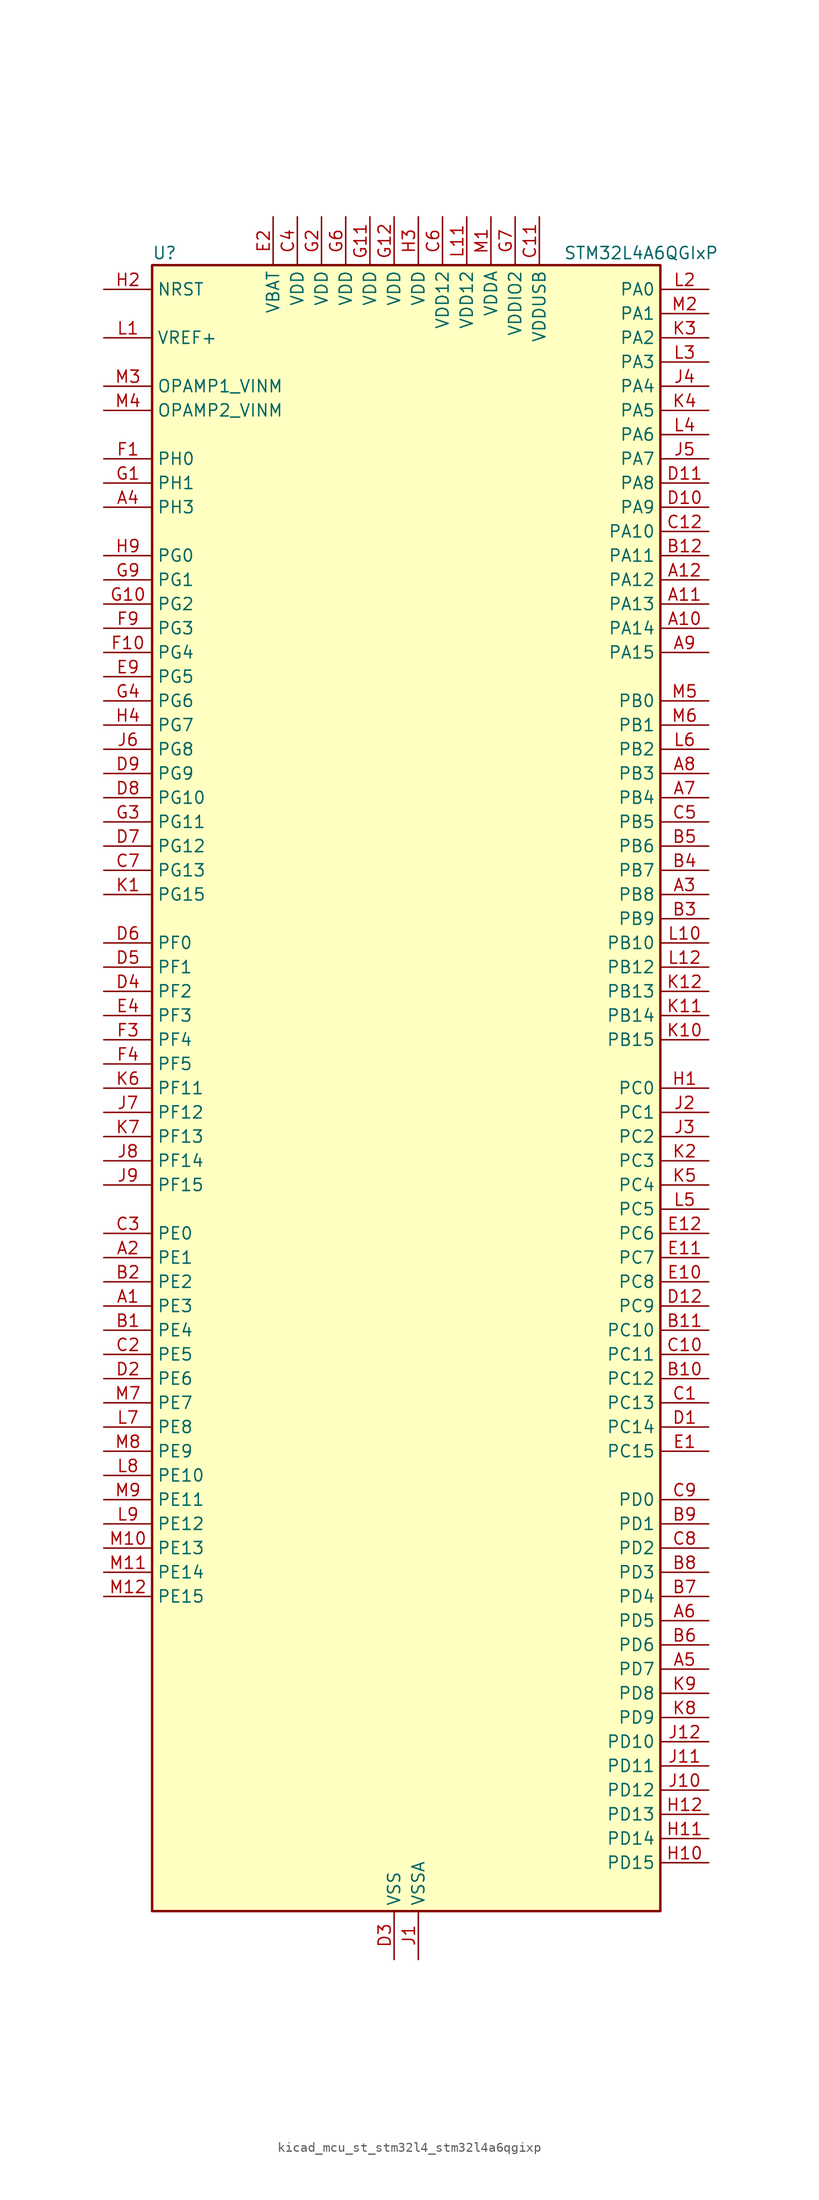
<source format=kicad_sym>
(kicad_symbol_lib
  (version 20220914)
  (generator kicad_symbol_editor)
  (symbol "kicad_mcu_st_stm32l4_stm32l4a6qgixp"
    (property "Reference" "U"
      (at -25.4 87.63 0)
      (effects (font (size 1.27 1.27)) (justify left)))
    (property "Value" "STM32L4A6QGIxP"
      (at 17.78 87.63 0)
      (effects (font (size 1.27 1.27)) (justify left)))
    (property "ki_locked" ""
      (at 0 0 0)
      (effects (font (size 1.27 1.27))))
    (symbol "kicad_mcu_st_stm32l4_stm32l4a6qgixp_0_1"
      (rectangle (start -25.4 -86.36) (end 27.94 86.36) (stroke (width 0.254) (type default)) (fill (type background))))
    (symbol "kicad_mcu_st_stm32l4_stm32l4a6qgixp_1_1"
      (pin bidirectional line (at -30.48 -22.86 0) (length 5.08) (name "PE3" (effects (font (size 1.27 1.27)))) (number "A1" (effects (font (size 1.27 1.27)))) (alternate "FMC_A19" bidirectional line) (alternate "LCD_SEG39" bidirectional line) (alternate "SAI1_SD_B" bidirectional line) (alternate "SYS_TRACED0" bidirectional line) (alternate "TIM3_CH1" bidirectional line) (alternate "TSC_G7_IO2" bidirectional line))
      (pin bidirectional line (at 33.02 48.26 180) (length 5.08) (name "PA14" (effects (font (size 1.27 1.27)))) (number "A10" (effects (font (size 1.27 1.27)))) (alternate "I2C1_SMBA" bidirectional line) (alternate "I2C4_SMBA" bidirectional line) (alternate "LPTIM1_OUT" bidirectional line) (alternate "SAI1_FS_B" bidirectional line) (alternate "SWPMI1_RX" bidirectional line) (alternate "SYS_JTCK-SWCLK" bidirectional line) (alternate "USB_OTG_FS_SOF" bidirectional line))
      (pin bidirectional line (at 33.02 50.8 180) (length 5.08) (name "PA13" (effects (font (size 1.27 1.27)))) (number "A11" (effects (font (size 1.27 1.27)))) (alternate "IR_OUT" bidirectional line) (alternate "SAI1_SD_B" bidirectional line) (alternate "SWPMI1_TX" bidirectional line) (alternate "SYS_JTMS-SWDIO" bidirectional line) (alternate "USB_OTG_FS_NOE" bidirectional line))
      (pin bidirectional line (at 33.02 53.34 180) (length 5.08) (name "PA12" (effects (font (size 1.27 1.27)))) (number "A12" (effects (font (size 1.27 1.27)))) (alternate "CAN1_TX" bidirectional line) (alternate "SPI1_MOSI" bidirectional line) (alternate "TIM1_ETR" bidirectional line) (alternate "USART1_DE" bidirectional line) (alternate "USART1_RTS" bidirectional line) (alternate "USB_OTG_FS_DP" bidirectional line))
      (pin bidirectional line (at -30.48 -17.78 0) (length 5.08) (name "PE1" (effects (font (size 1.27 1.27)))) (number "A2" (effects (font (size 1.27 1.27)))) (alternate "DCMI_D3" bidirectional line) (alternate "FMC_NBL1" bidirectional line) (alternate "LCD_SEG37" bidirectional line) (alternate "TIM17_CH1" bidirectional line))
      (pin bidirectional line (at 33.02 20.32 180) (length 5.08) (name "PB8" (effects (font (size 1.27 1.27)))) (number "A3" (effects (font (size 1.27 1.27)))) (alternate "CAN1_RX" bidirectional line) (alternate "DCMI_D6" bidirectional line) (alternate "DFSDM1_DATIN6" bidirectional line) (alternate "I2C1_SCL" bidirectional line) (alternate "LCD_SEG16" bidirectional line) (alternate "SAI1_MCLK_A" bidirectional line) (alternate "SDMMC1_D4" bidirectional line) (alternate "TIM16_CH1" bidirectional line) (alternate "TIM4_CH3" bidirectional line))
      (pin bidirectional line (at -30.48 60.96 0) (length 5.08) (name "PH3" (effects (font (size 1.27 1.27)))) (number "A4" (effects (font (size 1.27 1.27)))))
      (pin bidirectional line (at 33.02 -60.96 180) (length 5.08) (name "PD7" (effects (font (size 1.27 1.27)))) (number "A5" (effects (font (size 1.27 1.27)))) (alternate "DFSDM1_CKIN1" bidirectional line) (alternate "FMC_NE1" bidirectional line) (alternate "QUADSPI_BK2_IO3" bidirectional line) (alternate "USART2_CK" bidirectional line))
      (pin bidirectional line (at 33.02 -55.88 180) (length 5.08) (name "PD5" (effects (font (size 1.27 1.27)))) (number "A6" (effects (font (size 1.27 1.27)))) (alternate "FMC_NWE" bidirectional line) (alternate "QUADSPI_BK2_IO1" bidirectional line) (alternate "USART2_TX" bidirectional line))
      (pin bidirectional line (at 33.02 30.48 180) (length 5.08) (name "PB4" (effects (font (size 1.27 1.27)))) (number "A7" (effects (font (size 1.27 1.27)))) (alternate "COMP2_INP" bidirectional line) (alternate "DCMI_D12" bidirectional line) (alternate "I2C3_SDA" bidirectional line) (alternate "LCD_SEG8" bidirectional line) (alternate "SAI1_MCLK_B" bidirectional line) (alternate "SPI1_MISO" bidirectional line) (alternate "SPI3_MISO" bidirectional line) (alternate "SYS_JTRST" bidirectional line) (alternate "TIM17_BKIN" bidirectional line) (alternate "TIM3_CH1" bidirectional line) (alternate "TSC_G2_IO1" bidirectional line) (alternate "UART5_DE" bidirectional line) (alternate "UART5_RTS" bidirectional line) (alternate "USART1_CTS" bidirectional line))
      (pin bidirectional line (at 33.02 33.02 180) (length 5.08) (name "PB3" (effects (font (size 1.27 1.27)))) (number "A8" (effects (font (size 1.27 1.27)))) (alternate "COMP2_INM" bidirectional line) (alternate "CRS_SYNC" bidirectional line) (alternate "LCD_SEG7" bidirectional line) (alternate "SAI1_SCK_B" bidirectional line) (alternate "SPI1_SCK" bidirectional line) (alternate "SPI3_SCK" bidirectional line) (alternate "SYS_JTDO-SWO" bidirectional line) (alternate "TIM2_CH2" bidirectional line) (alternate "USART1_DE" bidirectional line) (alternate "USART1_RTS" bidirectional line))
      (pin bidirectional line (at 33.02 45.72 180) (length 5.08) (name "PA15" (effects (font (size 1.27 1.27)))) (number "A9" (effects (font (size 1.27 1.27)))) (alternate "ADC1_EXTI15" bidirectional line) (alternate "ADC2_EXTI15" bidirectional line) (alternate "ADC3_EXTI15" bidirectional line) (alternate "LCD_SEG17" bidirectional line) (alternate "SAI2_FS_B" bidirectional line) (alternate "SPI1_NSS" bidirectional line) (alternate "SPI3_NSS" bidirectional line) (alternate "SWPMI1_SUSPEND" bidirectional line) (alternate "SYS_JTDI" bidirectional line) (alternate "TIM2_CH1" bidirectional line) (alternate "TIM2_ETR" bidirectional line) (alternate "TSC_G3_IO1" bidirectional line) (alternate "UART4_DE" bidirectional line) (alternate "UART4_RTS" bidirectional line) (alternate "USART2_RX" bidirectional line) (alternate "USART3_DE" bidirectional line) (alternate "USART3_RTS" bidirectional line))
      (pin bidirectional line (at -30.48 -25.4 0) (length 5.08) (name "PE4" (effects (font (size 1.27 1.27)))) (number "B1" (effects (font (size 1.27 1.27)))) (alternate "DCMI_D4" bidirectional line) (alternate "DFSDM1_DATIN3" bidirectional line) (alternate "FMC_A20" bidirectional line) (alternate "SAI1_FS_A" bidirectional line) (alternate "SYS_TRACED1" bidirectional line) (alternate "TIM3_CH2" bidirectional line) (alternate "TSC_G7_IO3" bidirectional line))
      (pin bidirectional line (at 33.02 -30.48 180) (length 5.08) (name "PC12" (effects (font (size 1.27 1.27)))) (number "B10" (effects (font (size 1.27 1.27)))) (alternate "DCMI_D9" bidirectional line) (alternate "LCD_COM6" bidirectional line) (alternate "LCD_SEG30" bidirectional line) (alternate "LCD_SEG42" bidirectional line) (alternate "SAI2_SD_B" bidirectional line) (alternate "SDMMC1_CK" bidirectional line) (alternate "SPI3_MOSI" bidirectional line) (alternate "SYS_TRACED3" bidirectional line) (alternate "TSC_G3_IO4" bidirectional line) (alternate "UART5_TX" bidirectional line) (alternate "USART3_CK" bidirectional line))
      (pin bidirectional line (at 33.02 -25.4 180) (length 5.08) (name "PC10" (effects (font (size 1.27 1.27)))) (number "B11" (effects (font (size 1.27 1.27)))) (alternate "DCMI_D8" bidirectional line) (alternate "LCD_COM4" bidirectional line) (alternate "LCD_SEG28" bidirectional line) (alternate "LCD_SEG40" bidirectional line) (alternate "SAI2_SCK_B" bidirectional line) (alternate "SDMMC1_D2" bidirectional line) (alternate "SPI3_SCK" bidirectional line) (alternate "SYS_TRACED1" bidirectional line) (alternate "TSC_G3_IO2" bidirectional line) (alternate "UART4_TX" bidirectional line) (alternate "USART3_TX" bidirectional line))
      (pin bidirectional line (at 33.02 55.88 180) (length 5.08) (name "PA11" (effects (font (size 1.27 1.27)))) (number "B12" (effects (font (size 1.27 1.27)))) (alternate "ADC1_EXTI11" bidirectional line) (alternate "ADC2_EXTI11" bidirectional line) (alternate "ADC3_EXTI11" bidirectional line) (alternate "CAN1_RX" bidirectional line) (alternate "SPI1_MISO" bidirectional line) (alternate "TIM1_BKIN2" bidirectional line) (alternate "TIM1_BKIN2_COMP1" bidirectional line) (alternate "TIM1_CH4" bidirectional line) (alternate "USART1_CTS" bidirectional line) (alternate "USB_OTG_FS_DM" bidirectional line))
      (pin bidirectional line (at -30.48 -20.32 0) (length 5.08) (name "PE2" (effects (font (size 1.27 1.27)))) (number "B2" (effects (font (size 1.27 1.27)))) (alternate "FMC_A23" bidirectional line) (alternate "LCD_SEG38" bidirectional line) (alternate "SAI1_MCLK_A" bidirectional line) (alternate "SYS_TRACECLK" bidirectional line) (alternate "TIM3_ETR" bidirectional line) (alternate "TSC_G7_IO1" bidirectional line))
      (pin bidirectional line (at 33.02 17.78 180) (length 5.08) (name "PB9" (effects (font (size 1.27 1.27)))) (number "B3" (effects (font (size 1.27 1.27)))) (alternate "CAN1_TX" bidirectional line) (alternate "DAC1_EXTI9" bidirectional line) (alternate "DCMI_D7" bidirectional line) (alternate "DFSDM1_CKIN6" bidirectional line) (alternate "I2C1_SDA" bidirectional line) (alternate "IR_OUT" bidirectional line) (alternate "LCD_COM3" bidirectional line) (alternate "SAI1_FS_A" bidirectional line) (alternate "SDMMC1_D5" bidirectional line) (alternate "SPI2_NSS" bidirectional line) (alternate "TIM17_CH1" bidirectional line) (alternate "TIM4_CH4" bidirectional line))
      (pin bidirectional line (at 33.02 22.86 180) (length 5.08) (name "PB7" (effects (font (size 1.27 1.27)))) (number "B4" (effects (font (size 1.27 1.27)))) (alternate "COMP2_INM" bidirectional line) (alternate "DCMI_VSYNC" bidirectional line) (alternate "DFSDM1_CKIN5" bidirectional line) (alternate "FMC_NL" bidirectional line) (alternate "I2C1_SDA" bidirectional line) (alternate "I2C4_SDA" bidirectional line) (alternate "LCD_SEG21" bidirectional line) (alternate "LPTIM1_IN2" bidirectional line) (alternate "SYS_PVD_IN" bidirectional line) (alternate "TIM17_CH1N" bidirectional line) (alternate "TIM4_CH2" bidirectional line) (alternate "TIM8_BKIN" bidirectional line) (alternate "TIM8_BKIN_COMP1" bidirectional line) (alternate "TSC_G2_IO4" bidirectional line) (alternate "UART4_CTS" bidirectional line) (alternate "USART1_RX" bidirectional line))
      (pin bidirectional line (at 33.02 25.4 180) (length 5.08) (name "PB6" (effects (font (size 1.27 1.27)))) (number "B5" (effects (font (size 1.27 1.27)))) (alternate "CAN2_TX" bidirectional line) (alternate "COMP2_INP" bidirectional line) (alternate "DCMI_D5" bidirectional line) (alternate "DFSDM1_DATIN5" bidirectional line) (alternate "I2C1_SCL" bidirectional line) (alternate "I2C4_SCL" bidirectional line) (alternate "LPTIM1_ETR" bidirectional line) (alternate "SAI1_FS_B" bidirectional line) (alternate "TIM16_CH1N" bidirectional line) (alternate "TIM4_CH1" bidirectional line) (alternate "TIM8_BKIN2" bidirectional line) (alternate "TIM8_BKIN2_COMP2" bidirectional line) (alternate "TSC_G2_IO3" bidirectional line) (alternate "USART1_TX" bidirectional line))
      (pin bidirectional line (at 33.02 -58.42 180) (length 5.08) (name "PD6" (effects (font (size 1.27 1.27)))) (number "B6" (effects (font (size 1.27 1.27)))) (alternate "DCMI_D10" bidirectional line) (alternate "DFSDM1_DATIN1" bidirectional line) (alternate "FMC_NWAIT" bidirectional line) (alternate "QUADSPI_BK2_IO1" bidirectional line) (alternate "QUADSPI_BK2_IO2" bidirectional line) (alternate "SAI1_SD_A" bidirectional line) (alternate "USART2_RX" bidirectional line))
      (pin bidirectional line (at 33.02 -53.34 180) (length 5.08) (name "PD4" (effects (font (size 1.27 1.27)))) (number "B7" (effects (font (size 1.27 1.27)))) (alternate "DFSDM1_CKIN0" bidirectional line) (alternate "FMC_NOE" bidirectional line) (alternate "QUADSPI_BK2_IO0" bidirectional line) (alternate "SPI2_MOSI" bidirectional line) (alternate "USART2_DE" bidirectional line) (alternate "USART2_RTS" bidirectional line))
      (pin bidirectional line (at 33.02 -50.8 180) (length 5.08) (name "PD3" (effects (font (size 1.27 1.27)))) (number "B8" (effects (font (size 1.27 1.27)))) (alternate "DCMI_D5" bidirectional line) (alternate "DFSDM1_DATIN0" bidirectional line) (alternate "FMC_CLK" bidirectional line) (alternate "QUADSPI_BK2_NCS" bidirectional line) (alternate "SPI2_MISO" bidirectional line) (alternate "SPI2_SCK" bidirectional line) (alternate "USART2_CTS" bidirectional line))
      (pin bidirectional line (at 33.02 -45.72 180) (length 5.08) (name "PD1" (effects (font (size 1.27 1.27)))) (number "B9" (effects (font (size 1.27 1.27)))) (alternate "CAN1_TX" bidirectional line) (alternate "DFSDM1_CKIN7" bidirectional line) (alternate "FMC_D3" bidirectional line) (alternate "FMC_DA3" bidirectional line) (alternate "SPI2_SCK" bidirectional line))
      (pin bidirectional line (at 33.02 -33.02 180) (length 5.08) (name "PC13" (effects (font (size 1.27 1.27)))) (number "C1" (effects (font (size 1.27 1.27)))) (alternate "RTC_OUT_ALARM" bidirectional line) (alternate "RTC_OUT_CALIB" bidirectional line) (alternate "RTC_TAMP1" bidirectional line) (alternate "RTC_TS" bidirectional line) (alternate "SYS_WKUP2" bidirectional line))
      (pin bidirectional line (at 33.02 -27.94 180) (length 5.08) (name "PC11" (effects (font (size 1.27 1.27)))) (number "C10" (effects (font (size 1.27 1.27)))) (alternate "ADC1_EXTI11" bidirectional line) (alternate "ADC2_EXTI11" bidirectional line) (alternate "ADC3_EXTI11" bidirectional line) (alternate "DCMI_D4" bidirectional line) (alternate "LCD_COM5" bidirectional line) (alternate "LCD_SEG29" bidirectional line) (alternate "LCD_SEG41" bidirectional line) (alternate "QUADSPI_BK2_NCS" bidirectional line) (alternate "SAI2_MCLK_B" bidirectional line) (alternate "SDMMC1_D3" bidirectional line) (alternate "SPI3_MISO" bidirectional line) (alternate "TSC_G3_IO3" bidirectional line) (alternate "UART4_RX" bidirectional line) (alternate "USART3_RX" bidirectional line))
      (pin power_in line (at 15.24 91.44 270) (length 5.08) (name "VDDUSB" (effects (font (size 1.27 1.27)))) (number "C11" (effects (font (size 1.27 1.27)))))
      (pin bidirectional line (at 33.02 58.42 180) (length 5.08) (name "PA10" (effects (font (size 1.27 1.27)))) (number "C12" (effects (font (size 1.27 1.27)))) (alternate "DCMI_D1" bidirectional line) (alternate "LCD_COM2" bidirectional line) (alternate "SAI1_SD_A" bidirectional line) (alternate "TIM17_BKIN" bidirectional line) (alternate "TIM1_CH3" bidirectional line) (alternate "USART1_RX" bidirectional line) (alternate "USB_OTG_FS_ID" bidirectional line))
      (pin bidirectional line (at -30.48 -27.94 0) (length 5.08) (name "PE5" (effects (font (size 1.27 1.27)))) (number "C2" (effects (font (size 1.27 1.27)))) (alternate "DCMI_D6" bidirectional line) (alternate "DFSDM1_CKIN3" bidirectional line) (alternate "FMC_A21" bidirectional line) (alternate "SAI1_SCK_A" bidirectional line) (alternate "SYS_TRACED2" bidirectional line) (alternate "TIM3_CH3" bidirectional line) (alternate "TSC_G7_IO4" bidirectional line))
      (pin bidirectional line (at -30.48 -15.24 0) (length 5.08) (name "PE0" (effects (font (size 1.27 1.27)))) (number "C3" (effects (font (size 1.27 1.27)))) (alternate "DCMI_D2" bidirectional line) (alternate "FMC_NBL0" bidirectional line) (alternate "LCD_SEG36" bidirectional line) (alternate "TIM16_CH1" bidirectional line) (alternate "TIM4_ETR" bidirectional line))
      (pin power_in line (at -10.16 91.44 270) (length 5.08) (name "VDD" (effects (font (size 1.27 1.27)))) (number "C4" (effects (font (size 1.27 1.27)))))
      (pin bidirectional line (at 33.02 27.94 180) (length 5.08) (name "PB5" (effects (font (size 1.27 1.27)))) (number "C5" (effects (font (size 1.27 1.27)))) (alternate "CAN2_RX" bidirectional line) (alternate "COMP2_OUT" bidirectional line) (alternate "DCMI_D10" bidirectional line) (alternate "I2C1_SMBA" bidirectional line) (alternate "LCD_SEG9" bidirectional line) (alternate "LPTIM1_IN1" bidirectional line) (alternate "SAI1_SD_B" bidirectional line) (alternate "SPI1_MOSI" bidirectional line) (alternate "SPI3_MOSI" bidirectional line) (alternate "TIM16_BKIN" bidirectional line) (alternate "TIM3_CH2" bidirectional line) (alternate "TSC_G2_IO2" bidirectional line) (alternate "UART5_CTS" bidirectional line) (alternate "USART1_CK" bidirectional line))
      (pin power_in line (at 5.08 91.44 270) (length 5.08) (name "VDD12" (effects (font (size 1.27 1.27)))) (number "C6" (effects (font (size 1.27 1.27)))))
      (pin bidirectional line (at -30.48 22.86 0) (length 5.08) (name "PG13" (effects (font (size 1.27 1.27)))) (number "C7" (effects (font (size 1.27 1.27)))) (alternate "FMC_A24" bidirectional line) (alternate "I2C1_SDA" bidirectional line) (alternate "USART1_CK" bidirectional line))
      (pin bidirectional line (at 33.02 -48.26 180) (length 5.08) (name "PD2" (effects (font (size 1.27 1.27)))) (number "C8" (effects (font (size 1.27 1.27)))) (alternate "DCMI_D11" bidirectional line) (alternate "LCD_COM7" bidirectional line) (alternate "LCD_SEG31" bidirectional line) (alternate "LCD_SEG43" bidirectional line) (alternate "SDMMC1_CMD" bidirectional line) (alternate "SYS_TRACED2" bidirectional line) (alternate "TIM3_ETR" bidirectional line) (alternate "TSC_SYNC" bidirectional line) (alternate "UART5_RX" bidirectional line) (alternate "USART3_DE" bidirectional line) (alternate "USART3_RTS" bidirectional line))
      (pin bidirectional line (at 33.02 -43.18 180) (length 5.08) (name "PD0" (effects (font (size 1.27 1.27)))) (number "C9" (effects (font (size 1.27 1.27)))) (alternate "CAN1_RX" bidirectional line) (alternate "DFSDM1_DATIN7" bidirectional line) (alternate "FMC_D2" bidirectional line) (alternate "FMC_DA2" bidirectional line) (alternate "SPI2_NSS" bidirectional line))
      (pin bidirectional line (at 33.02 -35.56 180) (length 5.08) (name "PC14" (effects (font (size 1.27 1.27)))) (number "D1" (effects (font (size 1.27 1.27)))) (alternate "RCC_OSC32_IN" bidirectional line))
      (pin bidirectional line (at 33.02 60.96 180) (length 5.08) (name "PA9" (effects (font (size 1.27 1.27)))) (number "D10" (effects (font (size 1.27 1.27)))) (alternate "DAC1_EXTI9" bidirectional line) (alternate "DCMI_D0" bidirectional line) (alternate "LCD_COM1" bidirectional line) (alternate "SAI1_FS_A" bidirectional line) (alternate "SPI2_SCK" bidirectional line) (alternate "TIM15_BKIN" bidirectional line) (alternate "TIM1_CH2" bidirectional line) (alternate "USART1_TX" bidirectional line) (alternate "USB_OTG_FS_VBUS" bidirectional line))
      (pin bidirectional line (at 33.02 63.5 180) (length 5.08) (name "PA8" (effects (font (size 1.27 1.27)))) (number "D11" (effects (font (size 1.27 1.27)))) (alternate "LCD_COM0" bidirectional line) (alternate "LPTIM2_OUT" bidirectional line) (alternate "RCC_MCO" bidirectional line) (alternate "SAI1_SCK_A" bidirectional line) (alternate "SWPMI1_IO" bidirectional line) (alternate "TIM1_CH1" bidirectional line) (alternate "USART1_CK" bidirectional line) (alternate "USB_OTG_FS_SOF" bidirectional line))
      (pin bidirectional line (at 33.02 -22.86 180) (length 5.08) (name "PC9" (effects (font (size 1.27 1.27)))) (number "D12" (effects (font (size 1.27 1.27)))) (alternate "DAC1_EXTI9" bidirectional line) (alternate "DCMI_D3" bidirectional line) (alternate "I2C3_SDA" bidirectional line) (alternate "LCD_SEG27" bidirectional line) (alternate "SAI2_EXTCLK" bidirectional line) (alternate "SDMMC1_D1" bidirectional line) (alternate "TIM3_CH4" bidirectional line) (alternate "TIM8_BKIN2" bidirectional line) (alternate "TIM8_BKIN2_COMP1" bidirectional line) (alternate "TIM8_CH4" bidirectional line) (alternate "TSC_G4_IO4" bidirectional line) (alternate "USB_OTG_FS_NOE" bidirectional line))
      (pin bidirectional line (at -30.48 -30.48 0) (length 5.08) (name "PE6" (effects (font (size 1.27 1.27)))) (number "D2" (effects (font (size 1.27 1.27)))) (alternate "DCMI_D7" bidirectional line) (alternate "FMC_A22" bidirectional line) (alternate "RTC_TAMP3" bidirectional line) (alternate "SAI1_SD_A" bidirectional line) (alternate "SYS_TRACED3" bidirectional line) (alternate "SYS_WKUP3" bidirectional line) (alternate "TIM3_CH4" bidirectional line))
      (pin power_in line (at 0 -91.44 90) (length 5.08) (name "VSS" (effects (font (size 1.27 1.27)))) (number "D3" (effects (font (size 1.27 1.27)))))
      (pin bidirectional line (at -30.48 10.16 0) (length 5.08) (name "PF2" (effects (font (size 1.27 1.27)))) (number "D4" (effects (font (size 1.27 1.27)))) (alternate "FMC_A2" bidirectional line) (alternate "I2C2_SMBA" bidirectional line))
      (pin bidirectional line (at -30.48 12.7 0) (length 5.08) (name "PF1" (effects (font (size 1.27 1.27)))) (number "D5" (effects (font (size 1.27 1.27)))) (alternate "FMC_A1" bidirectional line) (alternate "I2C2_SCL" bidirectional line))
      (pin bidirectional line (at -30.48 15.24 0) (length 5.08) (name "PF0" (effects (font (size 1.27 1.27)))) (number "D6" (effects (font (size 1.27 1.27)))) (alternate "FMC_A0" bidirectional line) (alternate "I2C2_SDA" bidirectional line))
      (pin bidirectional line (at -30.48 25.4 0) (length 5.08) (name "PG12" (effects (font (size 1.27 1.27)))) (number "D7" (effects (font (size 1.27 1.27)))) (alternate "FMC_NE4" bidirectional line) (alternate "LPTIM1_ETR" bidirectional line) (alternate "SAI2_SD_A" bidirectional line) (alternate "SPI3_NSS" bidirectional line) (alternate "USART1_DE" bidirectional line) (alternate "USART1_RTS" bidirectional line))
      (pin bidirectional line (at -30.48 30.48 0) (length 5.08) (name "PG10" (effects (font (size 1.27 1.27)))) (number "D8" (effects (font (size 1.27 1.27)))) (alternate "FMC_NE3" bidirectional line) (alternate "LPTIM1_IN1" bidirectional line) (alternate "SAI2_FS_A" bidirectional line) (alternate "SPI3_MISO" bidirectional line) (alternate "TIM15_CH1" bidirectional line) (alternate "USART1_RX" bidirectional line))
      (pin bidirectional line (at -30.48 33.02 0) (length 5.08) (name "PG9" (effects (font (size 1.27 1.27)))) (number "D9" (effects (font (size 1.27 1.27)))) (alternate "DAC1_EXTI9" bidirectional line) (alternate "FMC_NCE" bidirectional line) (alternate "FMC_NE2" bidirectional line) (alternate "SAI2_SCK_A" bidirectional line) (alternate "SPI3_SCK" bidirectional line) (alternate "TIM15_CH1N" bidirectional line) (alternate "USART1_TX" bidirectional line))
      (pin bidirectional line (at 33.02 -38.1 180) (length 5.08) (name "PC15" (effects (font (size 1.27 1.27)))) (number "E1" (effects (font (size 1.27 1.27)))) (alternate "ADC1_EXTI15" bidirectional line) (alternate "ADC2_EXTI15" bidirectional line) (alternate "ADC3_EXTI15" bidirectional line) (alternate "RCC_OSC32_OUT" bidirectional line))
      (pin bidirectional line (at 33.02 -20.32 180) (length 5.08) (name "PC8" (effects (font (size 1.27 1.27)))) (number "E10" (effects (font (size 1.27 1.27)))) (alternate "DCMI_D2" bidirectional line) (alternate "LCD_SEG26" bidirectional line) (alternate "SDMMC1_D0" bidirectional line) (alternate "TIM3_CH3" bidirectional line) (alternate "TIM8_CH3" bidirectional line) (alternate "TSC_G4_IO3" bidirectional line))
      (pin bidirectional line (at 33.02 -17.78 180) (length 5.08) (name "PC7" (effects (font (size 1.27 1.27)))) (number "E11" (effects (font (size 1.27 1.27)))) (alternate "DCMI_D1" bidirectional line) (alternate "DFSDM1_DATIN3" bidirectional line) (alternate "LCD_SEG25" bidirectional line) (alternate "SAI2_MCLK_B" bidirectional line) (alternate "SDMMC1_D7" bidirectional line) (alternate "TIM3_CH2" bidirectional line) (alternate "TIM8_CH2" bidirectional line) (alternate "TSC_G4_IO2" bidirectional line))
      (pin bidirectional line (at 33.02 -15.24 180) (length 5.08) (name "PC6" (effects (font (size 1.27 1.27)))) (number "E12" (effects (font (size 1.27 1.27)))) (alternate "DCMI_D0" bidirectional line) (alternate "DFSDM1_CKIN3" bidirectional line) (alternate "LCD_SEG24" bidirectional line) (alternate "SAI2_MCLK_A" bidirectional line) (alternate "SDMMC1_D6" bidirectional line) (alternate "TIM3_CH1" bidirectional line) (alternate "TIM8_CH1" bidirectional line) (alternate "TSC_G4_IO1" bidirectional line))
      (pin power_in line (at -12.7 91.44 270) (length 5.08) (name "VBAT" (effects (font (size 1.27 1.27)))) (number "E2" (effects (font (size 1.27 1.27)))))
      (pin passive line (at 0 -91.44 90) (length 5.08) hide (name "VSS" (effects (font (size 1.27 1.27)))) (number "E3" (effects (font (size 1.27 1.27)))))
      (pin bidirectional line (at -30.48 7.62 0) (length 5.08) (name "PF3" (effects (font (size 1.27 1.27)))) (number "E4" (effects (font (size 1.27 1.27)))) (alternate "ADC3_IN6" bidirectional line) (alternate "FMC_A3" bidirectional line))
      (pin bidirectional line (at -30.48 43.18 0) (length 5.08) (name "PG5" (effects (font (size 1.27 1.27)))) (number "E9" (effects (font (size 1.27 1.27)))) (alternate "FMC_A15" bidirectional line) (alternate "LPUART1_CTS" bidirectional line) (alternate "SAI2_SD_B" bidirectional line) (alternate "SPI1_NSS" bidirectional line))
      (pin bidirectional line (at -30.48 66.04 0) (length 5.08) (name "PH0" (effects (font (size 1.27 1.27)))) (number "F1" (effects (font (size 1.27 1.27)))) (alternate "RCC_OSC_IN" bidirectional line))
      (pin bidirectional line (at -30.48 45.72 0) (length 5.08) (name "PG4" (effects (font (size 1.27 1.27)))) (number "F10" (effects (font (size 1.27 1.27)))) (alternate "FMC_A14" bidirectional line) (alternate "SAI2_MCLK_B" bidirectional line) (alternate "SPI1_MOSI" bidirectional line))
      (pin passive line (at 0 -91.44 90) (length 5.08) hide (name "VSS" (effects (font (size 1.27 1.27)))) (number "F11" (effects (font (size 1.27 1.27)))))
      (pin passive line (at 0 -91.44 90) (length 5.08) hide (name "VSS" (effects (font (size 1.27 1.27)))) (number "F12" (effects (font (size 1.27 1.27)))))
      (pin passive line (at 0 -91.44 90) (length 5.08) hide (name "VSS" (effects (font (size 1.27 1.27)))) (number "F2" (effects (font (size 1.27 1.27)))))
      (pin bidirectional line (at -30.48 5.08 0) (length 5.08) (name "PF4" (effects (font (size 1.27 1.27)))) (number "F3" (effects (font (size 1.27 1.27)))) (alternate "ADC3_IN7" bidirectional line) (alternate "FMC_A4" bidirectional line))
      (pin bidirectional line (at -30.48 2.54 0) (length 5.08) (name "PF5" (effects (font (size 1.27 1.27)))) (number "F4" (effects (font (size 1.27 1.27)))) (alternate "ADC3_IN8" bidirectional line) (alternate "FMC_A5" bidirectional line))
      (pin passive line (at 0 -91.44 90) (length 5.08) hide (name "VSS" (effects (font (size 1.27 1.27)))) (number "F6" (effects (font (size 1.27 1.27)))))
      (pin passive line (at 0 -91.44 90) (length 5.08) hide (name "VSS" (effects (font (size 1.27 1.27)))) (number "F7" (effects (font (size 1.27 1.27)))))
      (pin bidirectional line (at -30.48 48.26 0) (length 5.08) (name "PG3" (effects (font (size 1.27 1.27)))) (number "F9" (effects (font (size 1.27 1.27)))) (alternate "FMC_A13" bidirectional line) (alternate "SAI2_FS_B" bidirectional line) (alternate "SPI1_MISO" bidirectional line))
      (pin bidirectional line (at -30.48 63.5 0) (length 5.08) (name "PH1" (effects (font (size 1.27 1.27)))) (number "G1" (effects (font (size 1.27 1.27)))) (alternate "RCC_OSC_OUT" bidirectional line))
      (pin bidirectional line (at -30.48 50.8 0) (length 5.08) (name "PG2" (effects (font (size 1.27 1.27)))) (number "G10" (effects (font (size 1.27 1.27)))) (alternate "FMC_A12" bidirectional line) (alternate "SAI2_SCK_B" bidirectional line) (alternate "SPI1_SCK" bidirectional line))
      (pin power_in line (at -2.54 91.44 270) (length 5.08) (name "VDD" (effects (font (size 1.27 1.27)))) (number "G11" (effects (font (size 1.27 1.27)))))
      (pin power_in line (at 0 91.44 270) (length 5.08) (name "VDD" (effects (font (size 1.27 1.27)))) (number "G12" (effects (font (size 1.27 1.27)))))
      (pin power_in line (at -7.62 91.44 270) (length 5.08) (name "VDD" (effects (font (size 1.27 1.27)))) (number "G2" (effects (font (size 1.27 1.27)))))
      (pin bidirectional line (at -30.48 27.94 0) (length 5.08) (name "PG11" (effects (font (size 1.27 1.27)))) (number "G3" (effects (font (size 1.27 1.27)))) (alternate "ADC1_EXTI11" bidirectional line) (alternate "ADC2_EXTI11" bidirectional line) (alternate "ADC3_EXTI11" bidirectional line) (alternate "LPTIM1_IN2" bidirectional line) (alternate "SAI2_MCLK_A" bidirectional line) (alternate "SPI3_MOSI" bidirectional line) (alternate "TIM15_CH2" bidirectional line) (alternate "USART1_CTS" bidirectional line))
      (pin bidirectional line (at -30.48 40.64 0) (length 5.08) (name "PG6" (effects (font (size 1.27 1.27)))) (number "G4" (effects (font (size 1.27 1.27)))) (alternate "I2C3_SMBA" bidirectional line) (alternate "LPUART1_DE" bidirectional line) (alternate "LPUART1_RTS" bidirectional line))
      (pin power_in line (at -5.08 91.44 270) (length 5.08) (name "VDD" (effects (font (size 1.27 1.27)))) (number "G6" (effects (font (size 1.27 1.27)))))
      (pin power_in line (at 12.7 91.44 270) (length 5.08) (name "VDDIO2" (effects (font (size 1.27 1.27)))) (number "G7" (effects (font (size 1.27 1.27)))))
      (pin bidirectional line (at -30.48 53.34 0) (length 5.08) (name "PG1" (effects (font (size 1.27 1.27)))) (number "G9" (effects (font (size 1.27 1.27)))) (alternate "FMC_A11" bidirectional line) (alternate "TSC_G8_IO4" bidirectional line))
      (pin bidirectional line (at 33.02 0 180) (length 5.08) (name "PC0" (effects (font (size 1.27 1.27)))) (number "H1" (effects (font (size 1.27 1.27)))) (alternate "ADC1_IN1" bidirectional line) (alternate "ADC2_IN1" bidirectional line) (alternate "ADC3_IN1" bidirectional line) (alternate "DFSDM1_DATIN4" bidirectional line) (alternate "I2C3_SCL" bidirectional line) (alternate "I2C4_SCL" bidirectional line) (alternate "LCD_SEG18" bidirectional line) (alternate "LPTIM1_IN1" bidirectional line) (alternate "LPTIM2_IN1" bidirectional line) (alternate "LPUART1_RX" bidirectional line))
      (pin bidirectional line (at 33.02 -81.28 180) (length 5.08) (name "PD15" (effects (font (size 1.27 1.27)))) (number "H10" (effects (font (size 1.27 1.27)))) (alternate "ADC1_EXTI15" bidirectional line) (alternate "ADC2_EXTI15" bidirectional line) (alternate "ADC3_EXTI15" bidirectional line) (alternate "FMC_D1" bidirectional line) (alternate "FMC_DA1" bidirectional line) (alternate "LCD_SEG35" bidirectional line) (alternate "TIM4_CH4" bidirectional line))
      (pin bidirectional line (at 33.02 -78.74 180) (length 5.08) (name "PD14" (effects (font (size 1.27 1.27)))) (number "H11" (effects (font (size 1.27 1.27)))) (alternate "FMC_D0" bidirectional line) (alternate "FMC_DA0" bidirectional line) (alternate "LCD_SEG34" bidirectional line) (alternate "TIM4_CH3" bidirectional line))
      (pin bidirectional line (at 33.02 -76.2 180) (length 5.08) (name "PD13" (effects (font (size 1.27 1.27)))) (number "H12" (effects (font (size 1.27 1.27)))) (alternate "FMC_A18" bidirectional line) (alternate "I2C4_SDA" bidirectional line) (alternate "LCD_SEG33" bidirectional line) (alternate "LPTIM2_OUT" bidirectional line) (alternate "TIM4_CH2" bidirectional line) (alternate "TSC_G6_IO4" bidirectional line))
      (pin input line (at -30.48 83.82 0) (length 5.08) (name "NRST" (effects (font (size 1.27 1.27)))) (number "H2" (effects (font (size 1.27 1.27)))))
      (pin power_in line (at 2.54 91.44 270) (length 5.08) (name "VDD" (effects (font (size 1.27 1.27)))) (number "H3" (effects (font (size 1.27 1.27)))))
      (pin bidirectional line (at -30.48 38.1 0) (length 5.08) (name "PG7" (effects (font (size 1.27 1.27)))) (number "H4" (effects (font (size 1.27 1.27)))) (alternate "FMC_INT" bidirectional line) (alternate "I2C3_SCL" bidirectional line) (alternate "LPUART1_TX" bidirectional line) (alternate "SAI1_MCLK_A" bidirectional line))
      (pin bidirectional line (at -30.48 55.88 0) (length 5.08) (name "PG0" (effects (font (size 1.27 1.27)))) (number "H9" (effects (font (size 1.27 1.27)))) (alternate "FMC_A10" bidirectional line) (alternate "TSC_G8_IO3" bidirectional line))
      (pin power_in line (at 2.54 -91.44 90) (length 5.08) (name "VSSA" (effects (font (size 1.27 1.27)))) (number "J1" (effects (font (size 1.27 1.27)))))
      (pin bidirectional line (at 33.02 -73.66 180) (length 5.08) (name "PD12" (effects (font (size 1.27 1.27)))) (number "J10" (effects (font (size 1.27 1.27)))) (alternate "FMC_A17" bidirectional line) (alternate "FMC_ALE" bidirectional line) (alternate "I2C4_SCL" bidirectional line) (alternate "LCD_SEG32" bidirectional line) (alternate "LPTIM2_IN1" bidirectional line) (alternate "SAI2_FS_A" bidirectional line) (alternate "TIM4_CH1" bidirectional line) (alternate "TSC_G6_IO3" bidirectional line) (alternate "USART3_DE" bidirectional line) (alternate "USART3_RTS" bidirectional line))
      (pin bidirectional line (at 33.02 -71.12 180) (length 5.08) (name "PD11" (effects (font (size 1.27 1.27)))) (number "J11" (effects (font (size 1.27 1.27)))) (alternate "ADC1_EXTI11" bidirectional line) (alternate "ADC2_EXTI11" bidirectional line) (alternate "ADC3_EXTI11" bidirectional line) (alternate "FMC_A16" bidirectional line) (alternate "FMC_CLE" bidirectional line) (alternate "I2C4_SMBA" bidirectional line) (alternate "LCD_SEG31" bidirectional line) (alternate "LPTIM2_ETR" bidirectional line) (alternate "SAI2_SD_A" bidirectional line) (alternate "TSC_G6_IO2" bidirectional line) (alternate "USART3_CTS" bidirectional line))
      (pin bidirectional line (at 33.02 -68.58 180) (length 5.08) (name "PD10" (effects (font (size 1.27 1.27)))) (number "J12" (effects (font (size 1.27 1.27)))) (alternate "FMC_D15" bidirectional line) (alternate "FMC_DA15" bidirectional line) (alternate "LCD_SEG30" bidirectional line) (alternate "SAI2_SCK_A" bidirectional line) (alternate "TSC_G6_IO1" bidirectional line) (alternate "USART3_CK" bidirectional line))
      (pin bidirectional line (at 33.02 -2.54 180) (length 5.08) (name "PC1" (effects (font (size 1.27 1.27)))) (number "J2" (effects (font (size 1.27 1.27)))) (alternate "ADC1_IN2" bidirectional line) (alternate "ADC2_IN2" bidirectional line) (alternate "ADC3_IN2" bidirectional line) (alternate "DFSDM1_CKIN4" bidirectional line) (alternate "I2C3_SDA" bidirectional line) (alternate "I2C4_SDA" bidirectional line) (alternate "LCD_SEG19" bidirectional line) (alternate "LPTIM1_OUT" bidirectional line) (alternate "LPUART1_TX" bidirectional line) (alternate "QUADSPI_BK2_IO0" bidirectional line) (alternate "SAI1_SD_A" bidirectional line) (alternate "SPI2_MOSI" bidirectional line) (alternate "SYS_TRACED0" bidirectional line))
      (pin bidirectional line (at 33.02 -5.08 180) (length 5.08) (name "PC2" (effects (font (size 1.27 1.27)))) (number "J3" (effects (font (size 1.27 1.27)))) (alternate "ADC1_IN3" bidirectional line) (alternate "ADC2_IN3" bidirectional line) (alternate "ADC3_IN3" bidirectional line) (alternate "DFSDM1_CKOUT" bidirectional line) (alternate "LCD_SEG20" bidirectional line) (alternate "LPTIM1_IN2" bidirectional line) (alternate "QUADSPI_BK2_IO1" bidirectional line) (alternate "SPI2_MISO" bidirectional line))
      (pin bidirectional line (at 33.02 73.66 180) (length 5.08) (name "PA4" (effects (font (size 1.27 1.27)))) (number "J4" (effects (font (size 1.27 1.27)))) (alternate "ADC1_IN9" bidirectional line) (alternate "ADC2_IN9" bidirectional line) (alternate "DAC1_OUT1" bidirectional line) (alternate "DCMI_HSYNC" bidirectional line) (alternate "LPTIM2_OUT" bidirectional line) (alternate "SAI1_FS_B" bidirectional line) (alternate "SPI1_NSS" bidirectional line) (alternate "SPI3_NSS" bidirectional line) (alternate "USART2_CK" bidirectional line))
      (pin bidirectional line (at 33.02 66.04 180) (length 5.08) (name "PA7" (effects (font (size 1.27 1.27)))) (number "J5" (effects (font (size 1.27 1.27)))) (alternate "ADC1_IN12" bidirectional line) (alternate "ADC2_IN12" bidirectional line) (alternate "I2C3_SCL" bidirectional line) (alternate "LCD_SEG4" bidirectional line) (alternate "QUADSPI_BK1_IO2" bidirectional line) (alternate "SPI1_MOSI" bidirectional line) (alternate "TIM17_CH1" bidirectional line) (alternate "TIM1_CH1N" bidirectional line) (alternate "TIM3_CH2" bidirectional line) (alternate "TIM8_CH1N" bidirectional line))
      (pin bidirectional line (at -30.48 35.56 0) (length 5.08) (name "PG8" (effects (font (size 1.27 1.27)))) (number "J6" (effects (font (size 1.27 1.27)))) (alternate "I2C3_SDA" bidirectional line) (alternate "LPUART1_RX" bidirectional line))
      (pin bidirectional line (at -30.48 -2.54 0) (length 5.08) (name "PF12" (effects (font (size 1.27 1.27)))) (number "J7" (effects (font (size 1.27 1.27)))) (alternate "FMC_A6" bidirectional line))
      (pin bidirectional line (at -30.48 -7.62 0) (length 5.08) (name "PF14" (effects (font (size 1.27 1.27)))) (number "J8" (effects (font (size 1.27 1.27)))) (alternate "DFSDM1_CKIN6" bidirectional line) (alternate "FMC_A8" bidirectional line) (alternate "I2C4_SCL" bidirectional line) (alternate "TSC_G8_IO1" bidirectional line))
      (pin bidirectional line (at -30.48 -10.16 0) (length 5.08) (name "PF15" (effects (font (size 1.27 1.27)))) (number "J9" (effects (font (size 1.27 1.27)))) (alternate "ADC1_EXTI15" bidirectional line) (alternate "ADC2_EXTI15" bidirectional line) (alternate "ADC3_EXTI15" bidirectional line) (alternate "FMC_A9" bidirectional line) (alternate "I2C4_SDA" bidirectional line) (alternate "TSC_G8_IO2" bidirectional line))
      (pin bidirectional line (at -30.48 20.32 0) (length 5.08) (name "PG15" (effects (font (size 1.27 1.27)))) (number "K1" (effects (font (size 1.27 1.27)))) (alternate "ADC1_EXTI15" bidirectional line) (alternate "ADC2_EXTI15" bidirectional line) (alternate "ADC3_EXTI15" bidirectional line) (alternate "DCMI_D13" bidirectional line) (alternate "I2C1_SMBA" bidirectional line) (alternate "LPTIM1_OUT" bidirectional line))
      (pin bidirectional line (at 33.02 5.08 180) (length 5.08) (name "PB15" (effects (font (size 1.27 1.27)))) (number "K10" (effects (font (size 1.27 1.27)))) (alternate "ADC1_EXTI15" bidirectional line) (alternate "ADC2_EXTI15" bidirectional line) (alternate "ADC3_EXTI15" bidirectional line) (alternate "DFSDM1_CKIN2" bidirectional line) (alternate "LCD_SEG15" bidirectional line) (alternate "RTC_REFIN" bidirectional line) (alternate "SAI2_SD_A" bidirectional line) (alternate "SPI2_MOSI" bidirectional line) (alternate "SWPMI1_SUSPEND" bidirectional line) (alternate "TIM15_CH2" bidirectional line) (alternate "TIM1_CH3N" bidirectional line) (alternate "TIM8_CH3N" bidirectional line) (alternate "TSC_G1_IO4" bidirectional line))
      (pin bidirectional line (at 33.02 7.62 180) (length 5.08) (name "PB14" (effects (font (size 1.27 1.27)))) (number "K11" (effects (font (size 1.27 1.27)))) (alternate "DFSDM1_DATIN2" bidirectional line) (alternate "I2C2_SDA" bidirectional line) (alternate "LCD_SEG14" bidirectional line) (alternate "SAI2_MCLK_A" bidirectional line) (alternate "SPI2_MISO" bidirectional line) (alternate "SWPMI1_RX" bidirectional line) (alternate "TIM15_CH1" bidirectional line) (alternate "TIM1_CH2N" bidirectional line) (alternate "TIM8_CH2N" bidirectional line) (alternate "TSC_G1_IO3" bidirectional line) (alternate "USART3_DE" bidirectional line) (alternate "USART3_RTS" bidirectional line))
      (pin bidirectional line (at 33.02 10.16 180) (length 5.08) (name "PB13" (effects (font (size 1.27 1.27)))) (number "K12" (effects (font (size 1.27 1.27)))) (alternate "CAN2_TX" bidirectional line) (alternate "DFSDM1_CKIN1" bidirectional line) (alternate "I2C2_SCL" bidirectional line) (alternate "LCD_SEG13" bidirectional line) (alternate "LPUART1_CTS" bidirectional line) (alternate "SAI2_SCK_A" bidirectional line) (alternate "SPI2_SCK" bidirectional line) (alternate "SWPMI1_TX" bidirectional line) (alternate "TIM15_CH1N" bidirectional line) (alternate "TIM1_CH1N" bidirectional line) (alternate "TSC_G1_IO2" bidirectional line) (alternate "USART3_CTS" bidirectional line))
      (pin bidirectional line (at 33.02 -7.62 180) (length 5.08) (name "PC3" (effects (font (size 1.27 1.27)))) (number "K2" (effects (font (size 1.27 1.27)))) (alternate "ADC1_IN4" bidirectional line) (alternate "ADC2_IN4" bidirectional line) (alternate "ADC3_IN4" bidirectional line) (alternate "LCD_VLCD" bidirectional line) (alternate "LPTIM1_ETR" bidirectional line) (alternate "LPTIM2_ETR" bidirectional line) (alternate "QUADSPI_BK2_IO2" bidirectional line) (alternate "SAI1_SD_A" bidirectional line) (alternate "SPI2_MOSI" bidirectional line))
      (pin bidirectional line (at 33.02 78.74 180) (length 5.08) (name "PA2" (effects (font (size 1.27 1.27)))) (number "K3" (effects (font (size 1.27 1.27)))) (alternate "ADC1_IN7" bidirectional line) (alternate "ADC2_IN7" bidirectional line) (alternate "LCD_SEG1" bidirectional line) (alternate "LPUART1_TX" bidirectional line) (alternate "QUADSPI_BK1_NCS" bidirectional line) (alternate "RCC_LSCO" bidirectional line) (alternate "SAI2_EXTCLK" bidirectional line) (alternate "SYS_WKUP4" bidirectional line) (alternate "TIM15_CH1" bidirectional line) (alternate "TIM2_CH3" bidirectional line) (alternate "TIM5_CH3" bidirectional line) (alternate "USART2_TX" bidirectional line))
      (pin bidirectional line (at 33.02 71.12 180) (length 5.08) (name "PA5" (effects (font (size 1.27 1.27)))) (number "K4" (effects (font (size 1.27 1.27)))) (alternate "ADC1_IN10" bidirectional line) (alternate "ADC2_IN10" bidirectional line) (alternate "DAC1_OUT2" bidirectional line) (alternate "LPTIM2_ETR" bidirectional line) (alternate "SPI1_SCK" bidirectional line) (alternate "TIM2_CH1" bidirectional line) (alternate "TIM2_ETR" bidirectional line) (alternate "TIM8_CH1N" bidirectional line))
      (pin bidirectional line (at 33.02 -10.16 180) (length 5.08) (name "PC4" (effects (font (size 1.27 1.27)))) (number "K5" (effects (font (size 1.27 1.27)))) (alternate "ADC1_IN13" bidirectional line) (alternate "ADC2_IN13" bidirectional line) (alternate "COMP1_INM" bidirectional line) (alternate "LCD_SEG22" bidirectional line) (alternate "QUADSPI_BK2_IO3" bidirectional line) (alternate "USART3_TX" bidirectional line))
      (pin bidirectional line (at -30.48 0 0) (length 5.08) (name "PF11" (effects (font (size 1.27 1.27)))) (number "K6" (effects (font (size 1.27 1.27)))) (alternate "ADC1_EXTI11" bidirectional line) (alternate "ADC2_EXTI11" bidirectional line) (alternate "ADC3_EXTI11" bidirectional line) (alternate "DCMI_D12" bidirectional line))
      (pin bidirectional line (at -30.48 -5.08 0) (length 5.08) (name "PF13" (effects (font (size 1.27 1.27)))) (number "K7" (effects (font (size 1.27 1.27)))) (alternate "DFSDM1_DATIN6" bidirectional line) (alternate "FMC_A7" bidirectional line) (alternate "I2C4_SMBA" bidirectional line))
      (pin bidirectional line (at 33.02 -66.04 180) (length 5.08) (name "PD9" (effects (font (size 1.27 1.27)))) (number "K8" (effects (font (size 1.27 1.27)))) (alternate "DAC1_EXTI9" bidirectional line) (alternate "DCMI_PIXCLK" bidirectional line) (alternate "FMC_D14" bidirectional line) (alternate "FMC_DA14" bidirectional line) (alternate "LCD_SEG29" bidirectional line) (alternate "SAI2_MCLK_A" bidirectional line) (alternate "USART3_RX" bidirectional line))
      (pin bidirectional line (at 33.02 -63.5 180) (length 5.08) (name "PD8" (effects (font (size 1.27 1.27)))) (number "K9" (effects (font (size 1.27 1.27)))) (alternate "DCMI_HSYNC" bidirectional line) (alternate "FMC_D13" bidirectional line) (alternate "FMC_DA13" bidirectional line) (alternate "LCD_SEG28" bidirectional line) (alternate "USART3_TX" bidirectional line))
      (pin input line (at -30.48 78.74 0) (length 5.08) (name "VREF+" (effects (font (size 1.27 1.27)))) (number "L1" (effects (font (size 1.27 1.27)))) (alternate "VREFBUF_OUT" bidirectional line))
      (pin bidirectional line (at 33.02 15.24 180) (length 5.08) (name "PB10" (effects (font (size 1.27 1.27)))) (number "L10" (effects (font (size 1.27 1.27)))) (alternate "COMP1_OUT" bidirectional line) (alternate "DFSDM1_DATIN7" bidirectional line) (alternate "I2C2_SCL" bidirectional line) (alternate "I2C4_SCL" bidirectional line) (alternate "LCD_SEG10" bidirectional line) (alternate "LPUART1_RX" bidirectional line) (alternate "QUADSPI_CLK" bidirectional line) (alternate "SAI1_SCK_A" bidirectional line) (alternate "SPI2_SCK" bidirectional line) (alternate "TIM2_CH3" bidirectional line) (alternate "TSC_SYNC" bidirectional line) (alternate "USART3_TX" bidirectional line))
      (pin power_in line (at 7.62 91.44 270) (length 5.08) (name "VDD12" (effects (font (size 1.27 1.27)))) (number "L11" (effects (font (size 1.27 1.27)))))
      (pin bidirectional line (at 33.02 12.7 180) (length 5.08) (name "PB12" (effects (font (size 1.27 1.27)))) (number "L12" (effects (font (size 1.27 1.27)))) (alternate "CAN2_RX" bidirectional line) (alternate "DFSDM1_DATIN1" bidirectional line) (alternate "I2C2_SMBA" bidirectional line) (alternate "LCD_SEG12" bidirectional line) (alternate "LPUART1_DE" bidirectional line) (alternate "LPUART1_RTS" bidirectional line) (alternate "SAI2_FS_A" bidirectional line) (alternate "SPI2_NSS" bidirectional line) (alternate "SWPMI1_IO" bidirectional line) (alternate "TIM15_BKIN" bidirectional line) (alternate "TIM1_BKIN" bidirectional line) (alternate "TIM1_BKIN_COMP2" bidirectional line) (alternate "TSC_G1_IO1" bidirectional line) (alternate "USART3_CK" bidirectional line))
      (pin bidirectional line (at 33.02 83.82 180) (length 5.08) (name "PA0" (effects (font (size 1.27 1.27)))) (number "L2" (effects (font (size 1.27 1.27)))) (alternate "ADC1_IN5" bidirectional line) (alternate "ADC2_IN5" bidirectional line) (alternate "OPAMP1_VINP" bidirectional line) (alternate "RTC_TAMP2" bidirectional line) (alternate "SAI1_EXTCLK" bidirectional line) (alternate "SYS_WKUP1" bidirectional line) (alternate "TIM2_CH1" bidirectional line) (alternate "TIM2_ETR" bidirectional line) (alternate "TIM5_CH1" bidirectional line) (alternate "TIM8_ETR" bidirectional line) (alternate "UART4_TX" bidirectional line) (alternate "USART2_CTS" bidirectional line))
      (pin bidirectional line (at 33.02 76.2 180) (length 5.08) (name "PA3" (effects (font (size 1.27 1.27)))) (number "L3" (effects (font (size 1.27 1.27)))) (alternate "ADC1_IN8" bidirectional line) (alternate "ADC2_IN8" bidirectional line) (alternate "LCD_SEG2" bidirectional line) (alternate "LPUART1_RX" bidirectional line) (alternate "OPAMP1_VOUT" bidirectional line) (alternate "QUADSPI_CLK" bidirectional line) (alternate "SAI1_MCLK_A" bidirectional line) (alternate "TIM15_CH2" bidirectional line) (alternate "TIM2_CH4" bidirectional line) (alternate "TIM5_CH4" bidirectional line) (alternate "USART2_RX" bidirectional line))
      (pin bidirectional line (at 33.02 68.58 180) (length 5.08) (name "PA6" (effects (font (size 1.27 1.27)))) (number "L4" (effects (font (size 1.27 1.27)))) (alternate "ADC1_IN11" bidirectional line) (alternate "ADC2_IN11" bidirectional line) (alternate "DCMI_PIXCLK" bidirectional line) (alternate "LCD_SEG3" bidirectional line) (alternate "LPUART1_CTS" bidirectional line) (alternate "OPAMP2_VINP" bidirectional line) (alternate "QUADSPI_BK1_IO3" bidirectional line) (alternate "SPI1_MISO" bidirectional line) (alternate "TIM16_CH1" bidirectional line) (alternate "TIM1_BKIN" bidirectional line) (alternate "TIM1_BKIN_COMP2" bidirectional line) (alternate "TIM3_CH1" bidirectional line) (alternate "TIM8_BKIN" bidirectional line) (alternate "TIM8_BKIN_COMP2" bidirectional line) (alternate "USART3_CTS" bidirectional line))
      (pin bidirectional line (at 33.02 -12.7 180) (length 5.08) (name "PC5" (effects (font (size 1.27 1.27)))) (number "L5" (effects (font (size 1.27 1.27)))) (alternate "ADC1_IN14" bidirectional line) (alternate "ADC2_IN14" bidirectional line) (alternate "COMP1_INP" bidirectional line) (alternate "LCD_SEG23" bidirectional line) (alternate "SYS_WKUP5" bidirectional line) (alternate "USART3_RX" bidirectional line))
      (pin bidirectional line (at 33.02 35.56 180) (length 5.08) (name "PB2" (effects (font (size 1.27 1.27)))) (number "L6" (effects (font (size 1.27 1.27)))) (alternate "COMP1_INP" bidirectional line) (alternate "DFSDM1_CKIN0" bidirectional line) (alternate "I2C3_SMBA" bidirectional line) (alternate "LCD_VLCD" bidirectional line) (alternate "LPTIM1_OUT" bidirectional line) (alternate "RTC_OUT_ALARM" bidirectional line) (alternate "RTC_OUT_CALIB" bidirectional line))
      (pin bidirectional line (at -30.48 -35.56 0) (length 5.08) (name "PE8" (effects (font (size 1.27 1.27)))) (number "L7" (effects (font (size 1.27 1.27)))) (alternate "DFSDM1_CKIN2" bidirectional line) (alternate "FMC_D5" bidirectional line) (alternate "FMC_DA5" bidirectional line) (alternate "SAI1_SCK_B" bidirectional line) (alternate "TIM1_CH1N" bidirectional line))
      (pin bidirectional line (at -30.48 -40.64 0) (length 5.08) (name "PE10" (effects (font (size 1.27 1.27)))) (number "L8" (effects (font (size 1.27 1.27)))) (alternate "DFSDM1_DATIN4" bidirectional line) (alternate "FMC_D7" bidirectional line) (alternate "FMC_DA7" bidirectional line) (alternate "QUADSPI_CLK" bidirectional line) (alternate "SAI1_MCLK_B" bidirectional line) (alternate "TIM1_CH2N" bidirectional line) (alternate "TSC_G5_IO1" bidirectional line))
      (pin bidirectional line (at -30.48 -45.72 0) (length 5.08) (name "PE12" (effects (font (size 1.27 1.27)))) (number "L9" (effects (font (size 1.27 1.27)))) (alternate "DFSDM1_DATIN5" bidirectional line) (alternate "FMC_D9" bidirectional line) (alternate "FMC_DA9" bidirectional line) (alternate "QUADSPI_BK1_IO0" bidirectional line) (alternate "SPI1_NSS" bidirectional line) (alternate "TIM1_CH3N" bidirectional line) (alternate "TSC_G5_IO3" bidirectional line))
      (pin power_in line (at 10.16 91.44 270) (length 5.08) (name "VDDA" (effects (font (size 1.27 1.27)))) (number "M1" (effects (font (size 1.27 1.27)))))
      (pin bidirectional line (at -30.48 -48.26 0) (length 5.08) (name "PE13" (effects (font (size 1.27 1.27)))) (number "M10" (effects (font (size 1.27 1.27)))) (alternate "DFSDM1_CKIN5" bidirectional line) (alternate "FMC_D10" bidirectional line) (alternate "FMC_DA10" bidirectional line) (alternate "QUADSPI_BK1_IO1" bidirectional line) (alternate "SPI1_SCK" bidirectional line) (alternate "TIM1_CH3" bidirectional line) (alternate "TSC_G5_IO4" bidirectional line))
      (pin bidirectional line (at -30.48 -50.8 0) (length 5.08) (name "PE14" (effects (font (size 1.27 1.27)))) (number "M11" (effects (font (size 1.27 1.27)))) (alternate "FMC_D11" bidirectional line) (alternate "FMC_DA11" bidirectional line) (alternate "QUADSPI_BK1_IO2" bidirectional line) (alternate "SPI1_MISO" bidirectional line) (alternate "TIM1_BKIN2" bidirectional line) (alternate "TIM1_BKIN2_COMP2" bidirectional line) (alternate "TIM1_CH4" bidirectional line))
      (pin bidirectional line (at -30.48 -53.34 0) (length 5.08) (name "PE15" (effects (font (size 1.27 1.27)))) (number "M12" (effects (font (size 1.27 1.27)))) (alternate "ADC1_EXTI15" bidirectional line) (alternate "ADC2_EXTI15" bidirectional line) (alternate "ADC3_EXTI15" bidirectional line) (alternate "FMC_D12" bidirectional line) (alternate "FMC_DA12" bidirectional line) (alternate "QUADSPI_BK1_IO3" bidirectional line) (alternate "SPI1_MOSI" bidirectional line) (alternate "TIM1_BKIN" bidirectional line) (alternate "TIM1_BKIN_COMP1" bidirectional line))
      (pin bidirectional line (at 33.02 81.28 180) (length 5.08) (name "PA1" (effects (font (size 1.27 1.27)))) (number "M2" (effects (font (size 1.27 1.27)))) (alternate "ADC1_IN6" bidirectional line) (alternate "ADC2_IN6" bidirectional line) (alternate "I2C1_SMBA" bidirectional line) (alternate "LCD_SEG0" bidirectional line) (alternate "SPI1_SCK" bidirectional line) (alternate "TIM15_CH1N" bidirectional line) (alternate "TIM2_CH2" bidirectional line) (alternate "TIM5_CH2" bidirectional line) (alternate "UART4_RX" bidirectional line) (alternate "USART2_DE" bidirectional line) (alternate "USART2_RTS" bidirectional line))
      (pin bidirectional line (at -30.48 73.66 0) (length 5.08) (name "OPAMP1_VINM" (effects (font (size 1.27 1.27)))) (number "M3" (effects (font (size 1.27 1.27)))) (alternate "OPAMP1_VINM" bidirectional line))
      (pin bidirectional line (at -30.48 71.12 0) (length 5.08) (name "OPAMP2_VINM" (effects (font (size 1.27 1.27)))) (number "M4" (effects (font (size 1.27 1.27)))) (alternate "OPAMP2_VINM" bidirectional line))
      (pin bidirectional line (at 33.02 40.64 180) (length 5.08) (name "PB0" (effects (font (size 1.27 1.27)))) (number "M5" (effects (font (size 1.27 1.27)))) (alternate "ADC1_IN15" bidirectional line) (alternate "ADC2_IN15" bidirectional line) (alternate "COMP1_OUT" bidirectional line) (alternate "LCD_SEG5" bidirectional line) (alternate "OPAMP2_VOUT" bidirectional line) (alternate "QUADSPI_BK1_IO1" bidirectional line) (alternate "SAI1_EXTCLK" bidirectional line) (alternate "SPI1_NSS" bidirectional line) (alternate "TIM1_CH2N" bidirectional line) (alternate "TIM3_CH3" bidirectional line) (alternate "TIM8_CH2N" bidirectional line) (alternate "USART3_CK" bidirectional line))
      (pin bidirectional line (at 33.02 38.1 180) (length 5.08) (name "PB1" (effects (font (size 1.27 1.27)))) (number "M6" (effects (font (size 1.27 1.27)))) (alternate "ADC1_IN16" bidirectional line) (alternate "ADC2_IN16" bidirectional line) (alternate "COMP1_INM" bidirectional line) (alternate "DFSDM1_DATIN0" bidirectional line) (alternate "LCD_SEG6" bidirectional line) (alternate "LPTIM2_IN1" bidirectional line) (alternate "LPUART1_DE" bidirectional line) (alternate "LPUART1_RTS" bidirectional line) (alternate "QUADSPI_BK1_IO0" bidirectional line) (alternate "TIM1_CH3N" bidirectional line) (alternate "TIM3_CH4" bidirectional line) (alternate "TIM8_CH3N" bidirectional line) (alternate "USART3_DE" bidirectional line) (alternate "USART3_RTS" bidirectional line))
      (pin bidirectional line (at -30.48 -33.02 0) (length 5.08) (name "PE7" (effects (font (size 1.27 1.27)))) (number "M7" (effects (font (size 1.27 1.27)))) (alternate "DFSDM1_DATIN2" bidirectional line) (alternate "FMC_D4" bidirectional line) (alternate "FMC_DA4" bidirectional line) (alternate "SAI1_SD_B" bidirectional line) (alternate "TIM1_ETR" bidirectional line))
      (pin bidirectional line (at -30.48 -38.1 0) (length 5.08) (name "PE9" (effects (font (size 1.27 1.27)))) (number "M8" (effects (font (size 1.27 1.27)))) (alternate "DAC1_EXTI9" bidirectional line) (alternate "DFSDM1_CKOUT" bidirectional line) (alternate "FMC_D6" bidirectional line) (alternate "FMC_DA6" bidirectional line) (alternate "SAI1_FS_B" bidirectional line) (alternate "TIM1_CH1" bidirectional line))
      (pin bidirectional line (at -30.48 -43.18 0) (length 5.08) (name "PE11" (effects (font (size 1.27 1.27)))) (number "M9" (effects (font (size 1.27 1.27)))) (alternate "ADC1_EXTI11" bidirectional line) (alternate "ADC2_EXTI11" bidirectional line) (alternate "ADC3_EXTI11" bidirectional line) (alternate "DFSDM1_CKIN4" bidirectional line) (alternate "FMC_D8" bidirectional line) (alternate "FMC_DA8" bidirectional line) (alternate "QUADSPI_BK1_NCS" bidirectional line) (alternate "TIM1_CH2" bidirectional line) (alternate "TSC_G5_IO2" bidirectional line)))))
</source>
